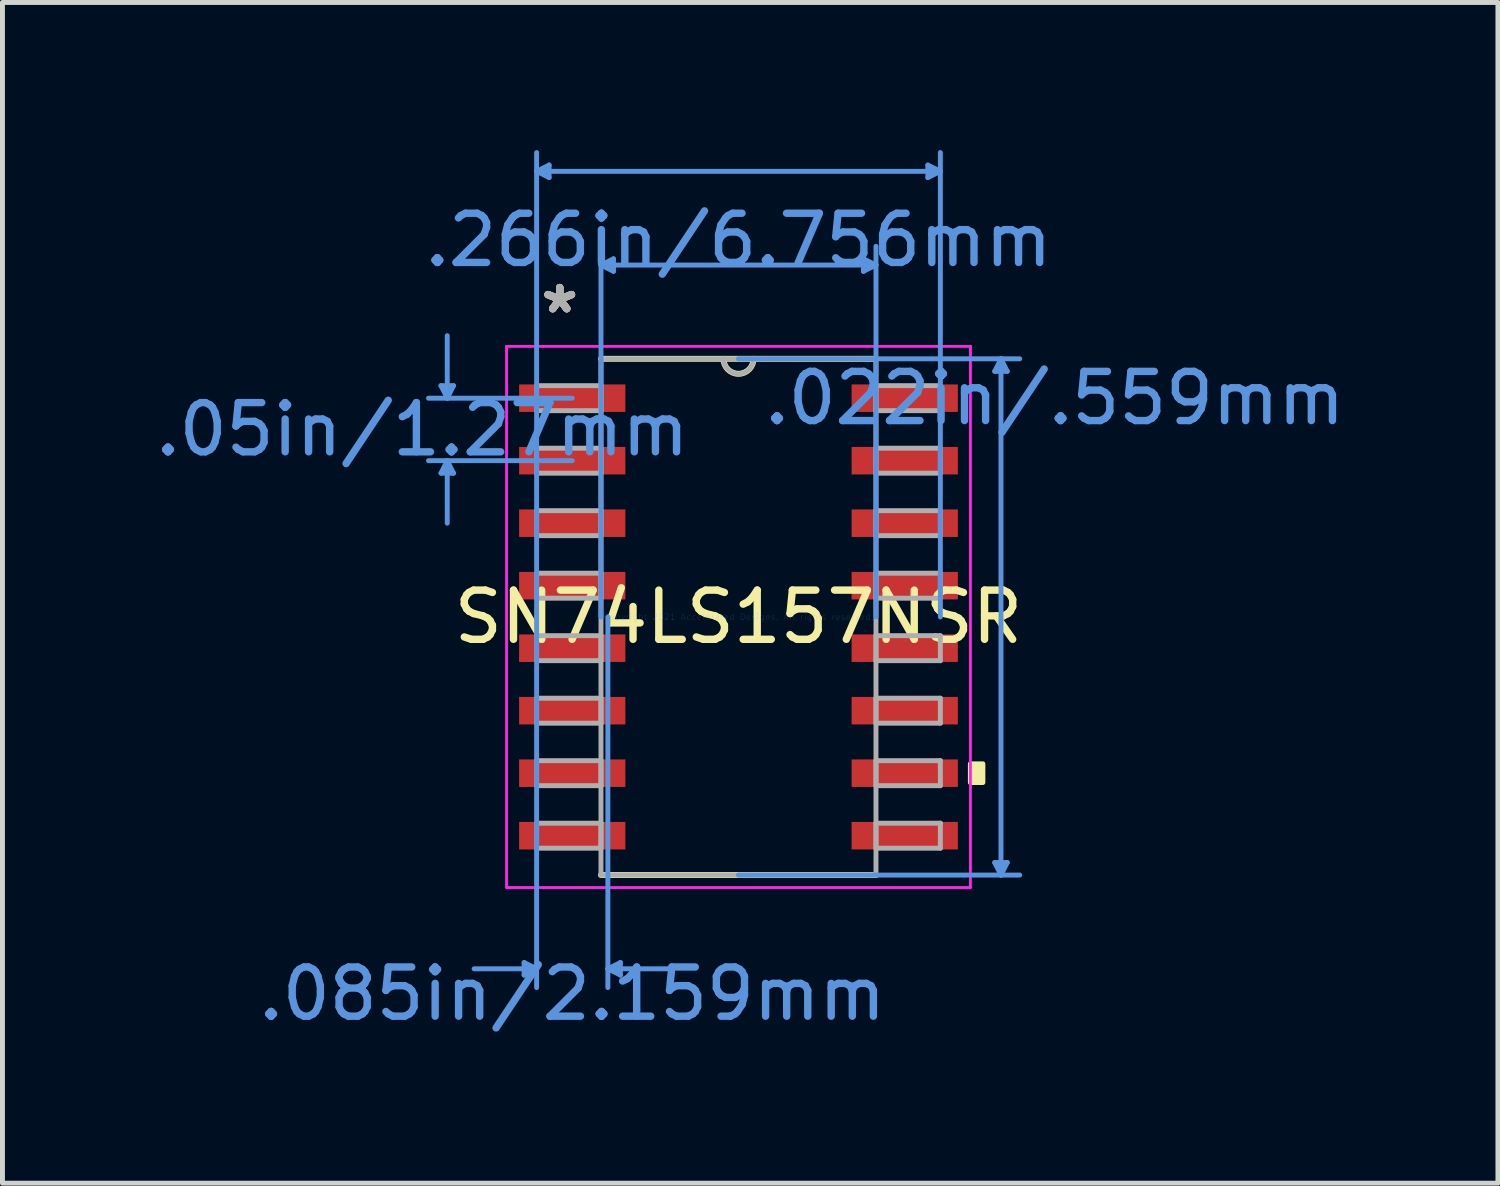
<source format=kicad_pcb>
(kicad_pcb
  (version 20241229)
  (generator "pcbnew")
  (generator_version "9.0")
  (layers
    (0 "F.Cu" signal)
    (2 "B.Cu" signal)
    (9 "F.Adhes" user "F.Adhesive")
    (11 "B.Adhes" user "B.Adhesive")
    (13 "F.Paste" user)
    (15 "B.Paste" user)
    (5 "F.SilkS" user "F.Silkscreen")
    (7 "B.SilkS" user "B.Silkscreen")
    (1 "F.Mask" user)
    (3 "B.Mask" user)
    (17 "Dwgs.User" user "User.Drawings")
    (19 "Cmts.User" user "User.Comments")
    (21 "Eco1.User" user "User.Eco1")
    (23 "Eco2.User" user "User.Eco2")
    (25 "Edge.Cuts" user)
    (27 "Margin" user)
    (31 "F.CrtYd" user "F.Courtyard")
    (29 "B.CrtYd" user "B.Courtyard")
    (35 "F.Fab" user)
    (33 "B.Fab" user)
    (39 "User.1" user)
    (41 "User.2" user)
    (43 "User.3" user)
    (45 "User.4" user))
  (footprint "SN74LS157NSR"
    (layer "F.Cu")
    (at 11.956 9.486)
    (property "Reference" "SN74LS157NSR" (at 0 0 0) (layer "F.SilkS") (effects (font (size 1 1) (thickness 0.15))))
    (attr through_hole)
    (fp_line (start -2.794 5.245) (end 2.794 5.245) (stroke (width 0.12) (type solid)) (layer "F.SilkS"))
    (fp_line (start 2.794 -5.245) (end -2.794 -5.245) (stroke (width 0.12) (type solid)) (layer "F.SilkS"))
    (fp_arc (start 0.3048 -5.2451) (mid 0 -4.9403) (end -0.3048 -5.2451) (stroke (width 0.12) (type solid)) (layer "F.SilkS"))
    (fp_poly (pts (xy 4.966 2.985) (xy 4.966 3.365) (xy 4.712 3.365) (xy 4.712 2.985)) (stroke (width 0.1) (type solid)) (fill yes) (layer "F.SilkS"))
    (fp_line (start -6.045 -4.699) (end -5.791 -4.699) (stroke (width 0.1) (type solid)) (layer "Cmts.User"))
    (fp_line (start -6.045 -2.921) (end -5.791 -2.921) (stroke (width 0.1) (type solid)) (layer "Cmts.User"))
    (fp_line (start -5.918 -4.445) (end -6.045 -4.699) (stroke (width 0.1) (type solid)) (layer "Cmts.User"))
    (fp_line (start -5.918 -4.445) (end -5.918 -5.715) (stroke (width 0.1) (type solid)) (layer "Cmts.User"))
    (fp_line (start -5.918 -4.445) (end -5.791 -4.699) (stroke (width 0.1) (type solid)) (layer "Cmts.User"))
    (fp_line (start -5.918 -3.175) (end -6.045 -2.921) (stroke (width 0.1) (type solid)) (layer "Cmts.User"))
    (fp_line (start -5.918 -3.175) (end -5.918 -1.905) (stroke (width 0.1) (type solid)) (layer "Cmts.User"))
    (fp_line (start -5.918 -3.175) (end -5.791 -2.921) (stroke (width 0.1) (type solid)) (layer "Cmts.User"))
    (fp_line (start -4.356 7.023) (end -4.356 7.277) (stroke (width 0.1) (type solid)) (layer "Cmts.User"))
    (fp_line (start -4.102 -9.055) (end -3.848 -9.182) (stroke (width 0.1) (type solid)) (layer "Cmts.User"))
    (fp_line (start -4.102 -9.055) (end -3.848 -8.928) (stroke (width 0.1) (type solid)) (layer "Cmts.User"))
    (fp_line (start -4.102 -9.055) (end 4.102 -9.055) (stroke (width 0.1) (type solid)) (layer "Cmts.User"))
    (fp_line (start -4.102 0) (end -4.102 -9.436) (stroke (width 0.1) (type solid)) (layer "Cmts.User"))
    (fp_line (start -4.102 0) (end -4.102 7.531) (stroke (width 0.1) (type solid)) (layer "Cmts.User"))
    (fp_line (start -4.102 7.15) (end -5.372 7.15) (stroke (width 0.1) (type solid)) (layer "Cmts.User"))
    (fp_line (start -4.102 7.15) (end -4.356 7.023) (stroke (width 0.1) (type solid)) (layer "Cmts.User"))
    (fp_line (start -4.102 7.15) (end -4.356 7.277) (stroke (width 0.1) (type solid)) (layer "Cmts.User"))
    (fp_line (start -3.848 -9.182) (end -3.848 -8.928) (stroke (width 0.1) (type solid)) (layer "Cmts.User"))
    (fp_line (start -3.378 -4.445) (end -6.299 -4.445) (stroke (width 0.1) (type solid)) (layer "Cmts.User"))
    (fp_line (start -3.378 -3.175) (end -6.299 -3.175) (stroke (width 0.1) (type solid)) (layer "Cmts.User"))
    (fp_line (start -2.794 -7.15) (end -2.54 -7.277) (stroke (width 0.1) (type solid)) (layer "Cmts.User"))
    (fp_line (start -2.794 -7.15) (end -2.54 -7.023) (stroke (width 0.1) (type solid)) (layer "Cmts.User"))
    (fp_line (start -2.794 -7.15) (end 2.794 -7.15) (stroke (width 0.1) (type solid)) (layer "Cmts.User"))
    (fp_line (start -2.794 0) (end -2.794 -7.531) (stroke (width 0.1) (type solid)) (layer "Cmts.User"))
    (fp_line (start -2.654 0) (end -2.654 7.531) (stroke (width 0.1) (type solid)) (layer "Cmts.User"))
    (fp_line (start -2.654 7.15) (end -2.4 7.023) (stroke (width 0.1) (type solid)) (layer "Cmts.User"))
    (fp_line (start -2.654 7.15) (end -2.4 7.277) (stroke (width 0.1) (type solid)) (layer "Cmts.User"))
    (fp_line (start -2.654 7.15) (end -1.384 7.15) (stroke (width 0.1) (type solid)) (layer "Cmts.User"))
    (fp_line (start -2.54 -7.277) (end -2.54 -7.023) (stroke (width 0.1) (type solid)) (layer "Cmts.User"))
    (fp_line (start -2.4 7.023) (end -2.4 7.277) (stroke (width 0.1) (type solid)) (layer "Cmts.User"))
    (fp_line (start 0 -5.245) (end 5.715 -5.245) (stroke (width 0.1) (type solid)) (layer "Cmts.User"))
    (fp_line (start 0 5.245) (end 5.715 5.245) (stroke (width 0.1) (type solid)) (layer "Cmts.User"))
    (fp_line (start 2.54 -7.277) (end 2.54 -7.023) (stroke (width 0.1) (type solid)) (layer "Cmts.User"))
    (fp_line (start 2.794 -7.15) (end 2.54 -7.277) (stroke (width 0.1) (type solid)) (layer "Cmts.User"))
    (fp_line (start 2.794 -7.15) (end 2.54 -7.023) (stroke (width 0.1) (type solid)) (layer "Cmts.User"))
    (fp_line (start 2.794 0) (end 2.794 -7.531) (stroke (width 0.1) (type solid)) (layer "Cmts.User"))
    (fp_line (start 3.848 -9.182) (end 3.848 -8.928) (stroke (width 0.1) (type solid)) (layer "Cmts.User"))
    (fp_line (start 4.102 -9.055) (end 3.848 -9.182) (stroke (width 0.1) (type solid)) (layer "Cmts.User"))
    (fp_line (start 4.102 -9.055) (end 3.848 -8.928) (stroke (width 0.1) (type solid)) (layer "Cmts.User"))
    (fp_line (start 4.102 0) (end 4.102 -9.436) (stroke (width 0.1) (type solid)) (layer "Cmts.User"))
    (fp_line (start 5.207 -4.991) (end 5.461 -4.991) (stroke (width 0.1) (type solid)) (layer "Cmts.User"))
    (fp_line (start 5.207 4.991) (end 5.461 4.991) (stroke (width 0.1) (type solid)) (layer "Cmts.User"))
    (fp_line (start 5.334 -5.245) (end 5.207 -4.991) (stroke (width 0.1) (type solid)) (layer "Cmts.User"))
    (fp_line (start 5.334 -5.245) (end 5.334 5.245) (stroke (width 0.1) (type solid)) (layer "Cmts.User"))
    (fp_line (start 5.334 -5.245) (end 5.461 -4.991) (stroke (width 0.1) (type solid)) (layer "Cmts.User"))
    (fp_line (start 5.334 5.245) (end 5.207 4.991) (stroke (width 0.1) (type solid)) (layer "Cmts.User"))
    (fp_line (start 5.334 5.245) (end 5.461 4.991) (stroke (width 0.1) (type solid)) (layer "Cmts.User"))
    (fp_line (start -4.712 -5.499) (end 4.712 -5.499) (stroke (width 0.05) (type solid)) (layer "F.CrtYd"))
    (fp_line (start -4.712 -5.499) (end 4.712 -5.499) (stroke (width 0.05) (type solid)) (layer "F.CrtYd"))
    (fp_line (start -4.712 5.499) (end -4.712 -5.499) (stroke (width 0.05) (type solid)) (layer "F.CrtYd"))
    (fp_line (start -4.712 5.499) (end -4.712 -5.499) (stroke (width 0.05) (type solid)) (layer "F.CrtYd"))
    (fp_line (start 4.712 -5.499) (end 4.712 5.499) (stroke (width 0.05) (type solid)) (layer "F.CrtYd"))
    (fp_line (start 4.712 -5.499) (end 4.712 5.499) (stroke (width 0.05) (type solid)) (layer "F.CrtYd"))
    (fp_line (start 4.712 5.499) (end -4.712 5.499) (stroke (width 0.05) (type solid)) (layer "F.CrtYd"))
    (fp_line (start 4.712 5.499) (end -4.712 5.499) (stroke (width 0.05) (type solid)) (layer "F.CrtYd"))
    (fp_line (start -4.102 -4.699) (end -4.102 -4.191) (stroke (width 0.1) (type solid)) (layer "F.Fab"))
    (fp_line (start -4.102 -4.191) (end -2.794 -4.191) (stroke (width 0.1) (type solid)) (layer "F.Fab"))
    (fp_line (start -4.102 -3.429) (end -4.102 -2.921) (stroke (width 0.1) (type solid)) (layer "F.Fab"))
    (fp_line (start -4.102 -2.921) (end -2.794 -2.921) (stroke (width 0.1) (type solid)) (layer "F.Fab"))
    (fp_line (start -4.102 -2.159) (end -4.102 -1.651) (stroke (width 0.1) (type solid)) (layer "F.Fab"))
    (fp_line (start -4.102 -1.651) (end -2.794 -1.651) (stroke (width 0.1) (type solid)) (layer "F.Fab"))
    (fp_line (start -4.102 -0.889) (end -4.102 -0.381) (stroke (width 0.1) (type solid)) (layer "F.Fab"))
    (fp_line (start -4.102 -0.381) (end -2.794 -0.381) (stroke (width 0.1) (type solid)) (layer "F.Fab"))
    (fp_line (start -4.102 0.381) (end -4.102 0.889) (stroke (width 0.1) (type solid)) (layer "F.Fab"))
    (fp_line (start -4.102 0.889) (end -2.794 0.889) (stroke (width 0.1) (type solid)) (layer "F.Fab"))
    (fp_line (start -4.102 1.651) (end -4.102 2.159) (stroke (width 0.1) (type solid)) (layer "F.Fab"))
    (fp_line (start -4.102 2.159) (end -2.794 2.159) (stroke (width 0.1) (type solid)) (layer "F.Fab"))
    (fp_line (start -4.102 2.921) (end -4.102 3.429) (stroke (width 0.1) (type solid)) (layer "F.Fab"))
    (fp_line (start -4.102 3.429) (end -2.794 3.429) (stroke (width 0.1) (type solid)) (layer "F.Fab"))
    (fp_line (start -4.102 4.191) (end -4.102 4.699) (stroke (width 0.1) (type solid)) (layer "F.Fab"))
    (fp_line (start -4.102 4.699) (end -2.794 4.699) (stroke (width 0.1) (type solid)) (layer "F.Fab"))
    (fp_line (start -2.794 -5.245) (end -2.794 5.245) (stroke (width 0.1) (type solid)) (layer "F.Fab"))
    (fp_line (start -2.794 -4.699) (end -4.102 -4.699) (stroke (width 0.1) (type solid)) (layer "F.Fab"))
    (fp_line (start -2.794 -4.191) (end -2.794 -4.699) (stroke (width 0.1) (type solid)) (layer "F.Fab"))
    (fp_line (start -2.794 -3.429) (end -4.102 -3.429) (stroke (width 0.1) (type solid)) (layer "F.Fab"))
    (fp_line (start -2.794 -2.921) (end -2.794 -3.429) (stroke (width 0.1) (type solid)) (layer "F.Fab"))
    (fp_line (start -2.794 -2.159) (end -4.102 -2.159) (stroke (width 0.1) (type solid)) (layer "F.Fab"))
    (fp_line (start -2.794 -1.651) (end -2.794 -2.159) (stroke (width 0.1) (type solid)) (layer "F.Fab"))
    (fp_line (start -2.794 -0.889) (end -4.102 -0.889) (stroke (width 0.1) (type solid)) (layer "F.Fab"))
    (fp_line (start -2.794 -0.381) (end -2.794 -0.889) (stroke (width 0.1) (type solid)) (layer "F.Fab"))
    (fp_line (start -2.794 0.381) (end -4.102 0.381) (stroke (width 0.1) (type solid)) (layer "F.Fab"))
    (fp_line (start -2.794 0.889) (end -2.794 0.381) (stroke (width 0.1) (type solid)) (layer "F.Fab"))
    (fp_line (start -2.794 1.651) (end -4.102 1.651) (stroke (width 0.1) (type solid)) (layer "F.Fab"))
    (fp_line (start -2.794 2.159) (end -2.794 1.651) (stroke (width 0.1) (type solid)) (layer "F.Fab"))
    (fp_line (start -2.794 2.921) (end -4.102 2.921) (stroke (width 0.1) (type solid)) (layer "F.Fab"))
    (fp_line (start -2.794 3.429) (end -2.794 2.921) (stroke (width 0.1) (type solid)) (layer "F.Fab"))
    (fp_line (start -2.794 4.191) (end -4.102 4.191) (stroke (width 0.1) (type solid)) (layer "F.Fab"))
    (fp_line (start -2.794 4.699) (end -2.794 4.191) (stroke (width 0.1) (type solid)) (layer "F.Fab"))
    (fp_line (start -2.794 5.245) (end 2.794 5.245) (stroke (width 0.1) (type solid)) (layer "F.Fab"))
    (fp_line (start 2.794 -5.245) (end -2.794 -5.245) (stroke (width 0.1) (type solid)) (layer "F.Fab"))
    (fp_line (start 2.794 -4.699) (end 2.794 -4.191) (stroke (width 0.1) (type solid)) (layer "F.Fab"))
    (fp_line (start 2.794 -4.191) (end 4.102 -4.191) (stroke (width 0.1) (type solid)) (layer "F.Fab"))
    (fp_line (start 2.794 -3.429) (end 2.794 -2.921) (stroke (width 0.1) (type solid)) (layer "F.Fab"))
    (fp_line (start 2.794 -2.921) (end 4.102 -2.921) (stroke (width 0.1) (type solid)) (layer "F.Fab"))
    (fp_line (start 2.794 -2.159) (end 2.794 -1.651) (stroke (width 0.1) (type solid)) (layer "F.Fab"))
    (fp_line (start 2.794 -1.651) (end 4.102 -1.651) (stroke (width 0.1) (type solid)) (layer "F.Fab"))
    (fp_line (start 2.794 -0.889) (end 2.794 -0.381) (stroke (width 0.1) (type solid)) (layer "F.Fab"))
    (fp_line (start 2.794 -0.381) (end 4.102 -0.381) (stroke (width 0.1) (type solid)) (layer "F.Fab"))
    (fp_line (start 2.794 0.381) (end 2.794 0.889) (stroke (width 0.1) (type solid)) (layer "F.Fab"))
    (fp_line (start 2.794 0.889) (end 4.102 0.889) (stroke (width 0.1) (type solid)) (layer "F.Fab"))
    (fp_line (start 2.794 1.651) (end 2.794 2.159) (stroke (width 0.1) (type solid)) (layer "F.Fab"))
    (fp_line (start 2.794 2.159) (end 4.102 2.159) (stroke (width 0.1) (type solid)) (layer "F.Fab"))
    (fp_line (start 2.794 2.921) (end 2.794 3.429) (stroke (width 0.1) (type solid)) (layer "F.Fab"))
    (fp_line (start 2.794 3.429) (end 4.102 3.429) (stroke (width 0.1) (type solid)) (layer "F.Fab"))
    (fp_line (start 2.794 4.191) (end 2.794 4.699) (stroke (width 0.1) (type solid)) (layer "F.Fab"))
    (fp_line (start 2.794 4.699) (end 4.102 4.699) (stroke (width 0.1) (type solid)) (layer "F.Fab"))
    (fp_line (start 2.794 5.245) (end 2.794 -5.245) (stroke (width 0.1) (type solid)) (layer "F.Fab"))
    (fp_line (start 4.102 -4.699) (end 2.794 -4.699) (stroke (width 0.1) (type solid)) (layer "F.Fab"))
    (fp_line (start 4.102 -4.191) (end 4.102 -4.699) (stroke (width 0.1) (type solid)) (layer "F.Fab"))
    (fp_line (start 4.102 -3.429) (end 2.794 -3.429) (stroke (width 0.1) (type solid)) (layer "F.Fab"))
    (fp_line (start 4.102 -2.921) (end 4.102 -3.429) (stroke (width 0.1) (type solid)) (layer "F.Fab"))
    (fp_line (start 4.102 -2.159) (end 2.794 -2.159) (stroke (width 0.1) (type solid)) (layer "F.Fab"))
    (fp_line (start 4.102 -1.651) (end 4.102 -2.159) (stroke (width 0.1) (type solid)) (layer "F.Fab"))
    (fp_line (start 4.102 -0.889) (end 2.794 -0.889) (stroke (width 0.1) (type solid)) (layer "F.Fab"))
    (fp_line (start 4.102 -0.381) (end 4.102 -0.889) (stroke (width 0.1) (type solid)) (layer "F.Fab"))
    (fp_line (start 4.102 0.381) (end 2.794 0.381) (stroke (width 0.1) (type solid)) (layer "F.Fab"))
    (fp_line (start 4.102 0.889) (end 4.102 0.381) (stroke (width 0.1) (type solid)) (layer "F.Fab"))
    (fp_line (start 4.102 1.651) (end 2.794 1.651) (stroke (width 0.1) (type solid)) (layer "F.Fab"))
    (fp_line (start 4.102 2.159) (end 4.102 1.651) (stroke (width 0.1) (type solid)) (layer "F.Fab"))
    (fp_line (start 4.102 2.921) (end 2.794 2.921) (stroke (width 0.1) (type solid)) (layer "F.Fab"))
    (fp_line (start 4.102 3.429) (end 4.102 2.921) (stroke (width 0.1) (type solid)) (layer "F.Fab"))
    (fp_line (start 4.102 4.191) (end 2.794 4.191) (stroke (width 0.1) (type solid)) (layer "F.Fab"))
    (fp_line (start 4.102 4.699) (end 4.102 4.191) (stroke (width 0.1) (type solid)) (layer "F.Fab"))
    (fp_arc (start 0.3048 -5.2451) (mid 0 -4.9403) (end -0.3048 -5.2451) (stroke (width 0.1) (type solid)) (layer "F.Fab"))
    (fp_text user "*" (at -3.632 -6.147 0) (layer "F.SilkS") (effects (font (size 1 1) (thickness 0.15))))
    (fp_text user "*" (at -3.632 -6.147 0) (layer "F.SilkS") (effects (font (size 1 1) (thickness 0.15))))
    (fp_text user "Copyright 2021 Accelerated Designs. All rights reserved." (at 0 0 0) (layer "Cmts.User") (effects (font (size 0.127 0.127) (thickness 0.002))))
    (fp_text user ".05in/1.27mm" (at -6.426 -3.81 0) (layer "Cmts.User") (effects (font (size 1 1) (thickness 0.15))))
    (fp_text user ".022in/.559mm" (at 6.426 -4.445 0) (layer "Cmts.User") (effects (font (size 1 1) (thickness 0.15))))
    (fp_text user ".085in/2.159mm" (at -3.378 7.658 0) (layer "Cmts.User") (effects (font (size 1 1) (thickness 0.15))))
    (fp_text user ".266in/6.756mm" (at 0 -7.658 0) (layer "Cmts.User") (effects (font (size 1 1) (thickness 0.15))))
    (fp_text user "*" (at -3.632 -6.147 0) (layer "F.Fab") (effects (font (size 1 1) (thickness 0.15))))
    (fp_text user "*" (at -3.632 -6.147 0) (layer "F.Fab") (effects (font (size 1 1) (thickness 0.15))))
    (pad "1" smd rect (at -3.378 -4.445) (size 2.159 0.559) (layers "F.Cu" "F.Mask" "F.Paste"))
    (pad "2" smd rect (at -3.378 -3.175) (size 2.159 0.559) (layers "F.Cu" "F.Mask" "F.Paste"))
    (pad "3" smd rect (at -3.378 -1.905) (size 2.159 0.559) (layers "F.Cu" "F.Mask" "F.Paste"))
    (pad "4" smd rect (at -3.378 -0.635) (size 2.159 0.559) (layers "F.Cu" "F.Mask" "F.Paste"))
    (pad "5" smd rect (at -3.378 0.635) (size 2.159 0.559) (layers "F.Cu" "F.Mask" "F.Paste"))
    (pad "6" smd rect (at -3.378 1.905) (size 2.159 0.559) (layers "F.Cu" "F.Mask" "F.Paste"))
    (pad "7" smd rect (at -3.378 3.175) (size 2.159 0.559) (layers "F.Cu" "F.Mask" "F.Paste"))
    (pad "8" smd rect (at -3.378 4.445) (size 2.159 0.559) (layers "F.Cu" "F.Mask" "F.Paste"))
    (pad "9" smd rect (at 3.378 4.445) (size 2.159 0.559) (layers "F.Cu" "F.Mask" "F.Paste"))
    (pad "10" smd rect (at 3.378 3.175) (size 2.159 0.559) (layers "F.Cu" "F.Mask" "F.Paste"))
    (pad "11" smd rect (at 3.378 1.905) (size 2.159 0.559) (layers "F.Cu" "F.Mask" "F.Paste"))
    (pad "12" smd rect (at 3.378 0.635) (size 2.159 0.559) (layers "F.Cu" "F.Mask" "F.Paste"))
    (pad "13" smd rect (at 3.378 -0.635) (size 2.159 0.559) (layers "F.Cu" "F.Mask" "F.Paste"))
    (pad "14" smd rect (at 3.378 -1.905) (size 2.159 0.559) (layers "F.Cu" "F.Mask" "F.Paste"))
    (pad "15" smd rect (at 3.378 -3.175) (size 2.159 0.559) (layers "F.Cu" "F.Mask" "F.Paste"))
    (pad "16" smd rect (at 3.378 -4.445) (size 2.159 0.559) (layers "F.Cu" "F.Mask" "F.Paste")))
  (gr_rect
    (start -3 -3)
    (end 27.388 20.992)
    (stroke (width 0.1) (type default))
    (fill no)
    (layer "Edge.Cuts")))
</source>
